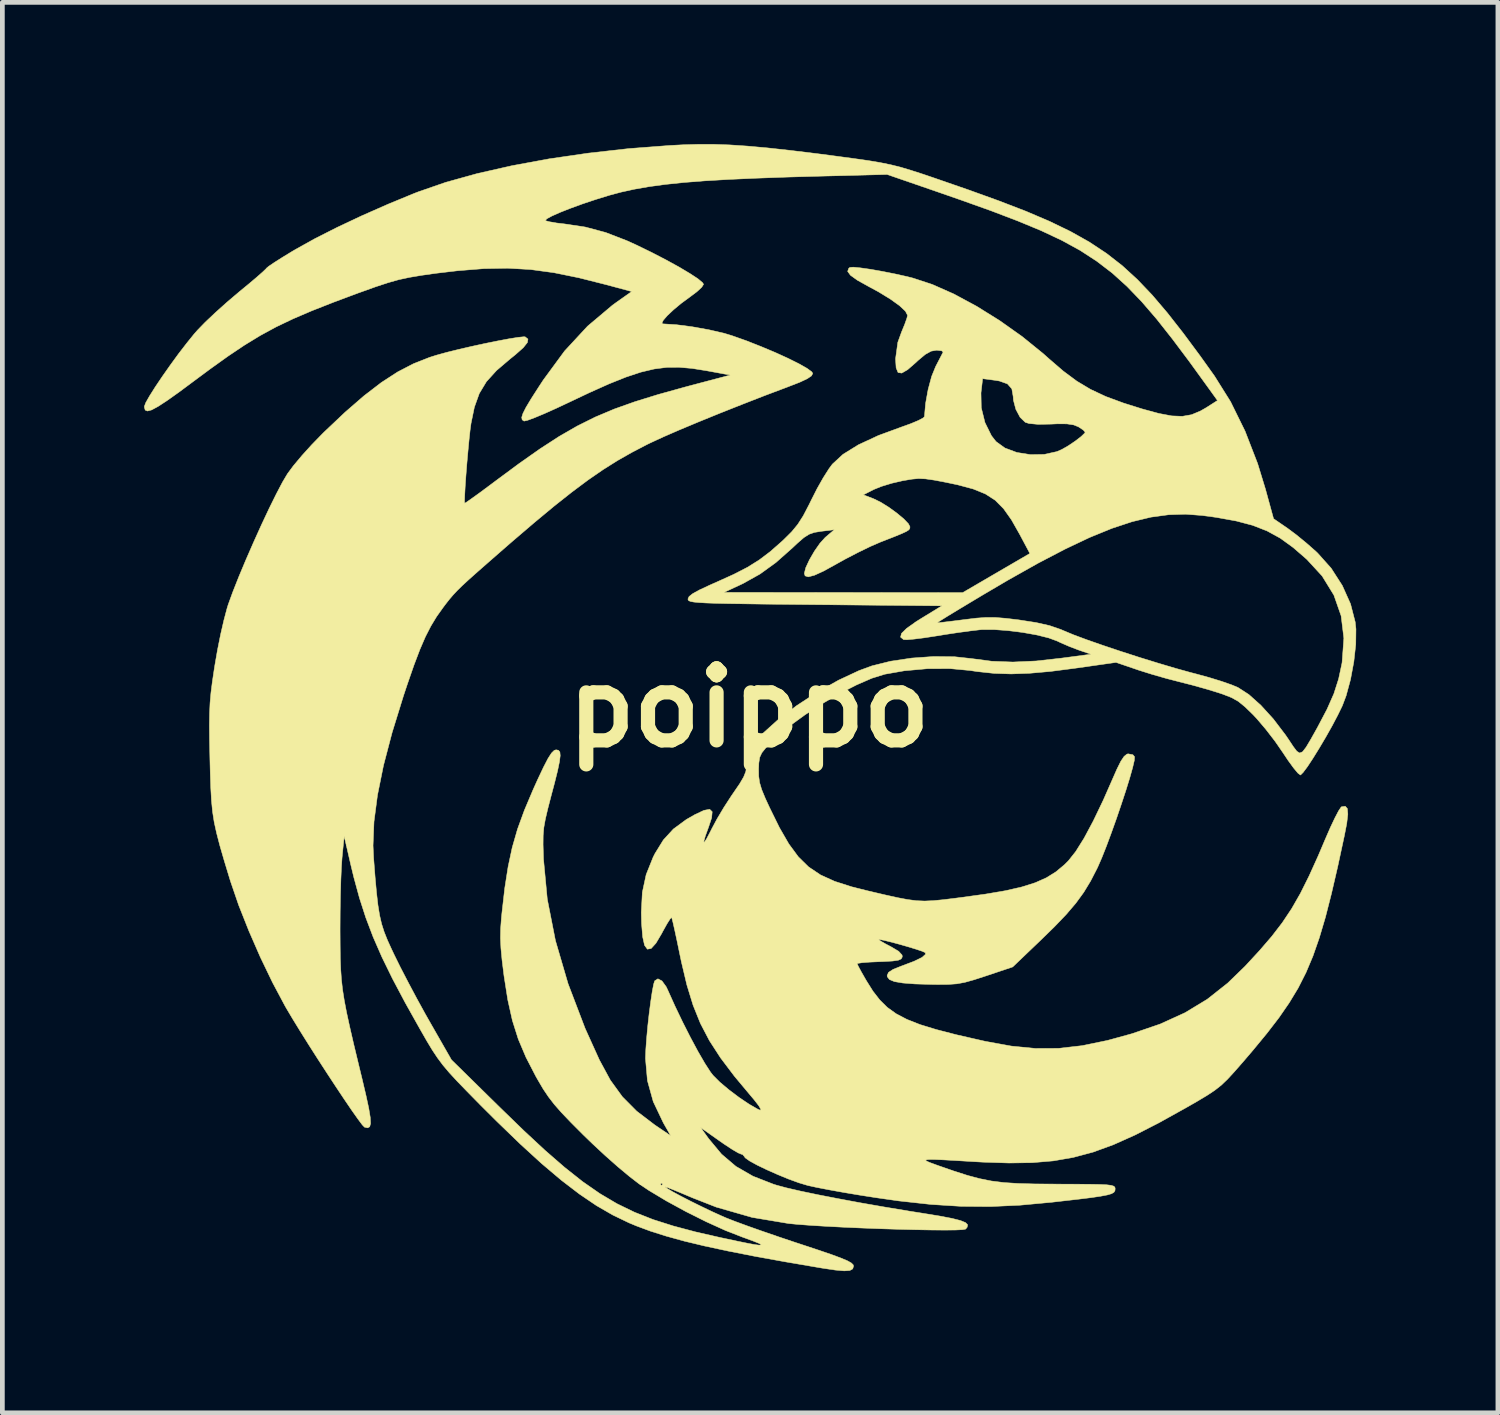
<source format=kicad_pcb>
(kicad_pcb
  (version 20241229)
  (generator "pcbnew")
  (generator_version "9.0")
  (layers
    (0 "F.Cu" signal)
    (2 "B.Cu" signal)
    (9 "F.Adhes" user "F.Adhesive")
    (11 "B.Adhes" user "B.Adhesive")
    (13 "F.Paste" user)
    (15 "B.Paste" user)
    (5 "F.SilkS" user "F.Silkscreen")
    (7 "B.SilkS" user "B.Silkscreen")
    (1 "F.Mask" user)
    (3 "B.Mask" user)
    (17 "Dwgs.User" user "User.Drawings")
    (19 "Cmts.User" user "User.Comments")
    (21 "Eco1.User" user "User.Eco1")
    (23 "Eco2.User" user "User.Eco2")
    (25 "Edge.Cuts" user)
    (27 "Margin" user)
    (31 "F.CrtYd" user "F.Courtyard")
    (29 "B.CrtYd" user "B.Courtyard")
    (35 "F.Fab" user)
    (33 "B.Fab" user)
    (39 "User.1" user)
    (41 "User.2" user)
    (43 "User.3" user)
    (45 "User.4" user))
  (footprint "poippo"
    (layer "F.Cu")
    (at 12.807 11.932)
    (property "Reference" "poippo" (at 0 0 0) (layer "F.SilkS") (effects (font (size 1.524 1.524) (thickness 0.3))))
    (attr through_hole)
    (fp_poly (pts (xy -0.753 -11.927) (xy -0.412 -11.915) (xy -0.039 -11.89) (xy 0.383 -11.852) (xy 0.867 -11.799) (xy 1.427 -11.731) (xy 1.824 -11.679) (xy 2.212 -11.627) (xy 2.522 -11.583) (xy 2.776 -11.54) (xy 2.997 -11.495) (xy 3.206 -11.443) (xy 3.426 -11.377) (xy 3.68 -11.295) (xy 3.907 -11.218) (xy 4.64 -10.964) (xy 5.286 -10.731) (xy 5.855 -10.512) (xy 6.357 -10.298) (xy 6.801 -10.083) (xy 7.2 -9.859) (xy 7.562 -9.62) (xy 7.898 -9.358) (xy 8.218 -9.065) (xy 8.532 -8.736) (xy 8.851 -8.361) (xy 9.185 -7.935) (xy 9.545 -7.45) (xy 9.85 -7.023) (xy 10.19 -6.48) (xy 10.497 -5.856) (xy 10.762 -5.172) (xy 10.928 -4.63) (xy 11.1 -4.003) (xy 11.396 -3.8) (xy 11.576 -3.666) (xy 11.788 -3.493) (xy 11.993 -3.313) (xy 12.033 -3.275) (xy 12.319 -2.955) (xy 12.555 -2.588) (xy 12.729 -2.2) (xy 12.828 -1.817) (xy 12.844 -1.667) (xy 12.84 -1.344) (xy 12.799 -0.975) (xy 12.729 -0.599) (xy 12.636 -0.256) (xy 12.555 -0.042) (xy 12.46 0.153) (xy 12.341 0.379) (xy 12.207 0.617) (xy 12.068 0.852) (xy 11.935 1.067) (xy 11.818 1.245) (xy 11.726 1.368) (xy 11.671 1.422) (xy 11.667 1.422) (xy 11.615 1.382) (xy 11.524 1.273) (xy 11.407 1.112) (xy 11.301 0.953) (xy 11.134 0.711) (xy 10.939 0.458) (xy 10.749 0.234) (xy 10.668 0.147) (xy 10.495 -0.021) (xy 10.354 -0.136) (xy 10.209 -0.217) (xy 10.027 -0.288) (xy 9.931 -0.32) (xy 9.672 -0.399) (xy 9.375 -0.482) (xy 9.104 -0.551) (xy 9.093 -0.554) (xy 8.83 -0.622) (xy 8.53 -0.708) (xy 8.252 -0.795) (xy 8.214 -0.808) (xy 7.766 -0.961) (xy 6.893 -0.837) (xy 6.377 -0.77) (xy 5.935 -0.731) (xy 5.545 -0.717) (xy 5.184 -0.729) (xy 4.828 -0.767) (xy 4.676 -0.79) (xy 4.25 -0.83) (xy 3.774 -0.828) (xy 3.285 -0.784) (xy 2.87 -0.711) (xy 2.597 -0.626) (xy 2.271 -0.484) (xy 1.912 -0.3) (xy 1.543 -0.085) (xy 1.184 0.147) (xy 0.857 0.384) (xy 0.584 0.613) (xy 0.498 0.696) (xy 0.354 0.846) (xy 0.268 0.953) (xy 0.223 1.05) (xy 0.205 1.167) (xy 0.2 1.295) (xy 0.202 1.446) (xy 0.221 1.582) (xy 0.265 1.73) (xy 0.343 1.919) (xy 0.43 2.107) (xy 0.641 2.536) (xy 0.84 2.881) (xy 1.041 3.154) (xy 1.259 3.368) (xy 1.511 3.537) (xy 1.81 3.673) (xy 2.172 3.789) (xy 2.515 3.875) (xy 2.865 3.957) (xy 3.139 4.018) (xy 3.357 4.059) (xy 3.542 4.083) (xy 3.715 4.09) (xy 3.898 4.082) (xy 4.113 4.061) (xy 4.381 4.028) (xy 4.496 4.013) (xy 5.005 3.943) (xy 5.426 3.871) (xy 5.771 3.792) (xy 6.056 3.702) (xy 6.292 3.597) (xy 6.494 3.471) (xy 6.674 3.321) (xy 6.757 3.238) (xy 6.911 3.044) (xy 7.089 2.76) (xy 7.284 2.395) (xy 7.494 1.958) (xy 7.674 1.549) (xy 7.784 1.299) (xy 7.868 1.13) (xy 7.936 1.029) (xy 7.994 0.982) (xy 8.02 0.974) (xy 8.122 0.993) (xy 8.158 1.036) (xy 8.153 1.112) (xy 8.117 1.266) (xy 8.056 1.483) (xy 7.975 1.745) (xy 7.879 2.037) (xy 7.775 2.343) (xy 7.667 2.645) (xy 7.562 2.928) (xy 7.464 3.175) (xy 7.379 3.37) (xy 7.365 3.399) (xy 7.227 3.667) (xy 7.082 3.906) (xy 6.915 4.135) (xy 6.712 4.373) (xy 6.458 4.638) (xy 6.174 4.915) (xy 5.578 5.485) (xy 5.011 5.675) (xy 4.758 5.757) (xy 4.565 5.811) (xy 4.396 5.842) (xy 4.215 5.855) (xy 3.987 5.857) (xy 3.861 5.855) (xy 3.511 5.845) (xy 3.253 5.825) (xy 3.075 5.795) (xy 2.969 5.751) (xy 2.924 5.692) (xy 2.921 5.666) (xy 2.95 5.6) (xy 3.048 5.536) (xy 3.226 5.465) (xy 3.491 5.365) (xy 3.661 5.282) (xy 3.734 5.216) (xy 3.727 5.182) (xy 3.666 5.154) (xy 3.538 5.111) (xy 3.368 5.059) (xy 3.18 5.005) (xy 3 4.957) (xy 2.852 4.921) (xy 2.76 4.904) (xy 2.743 4.906) (xy 2.785 4.938) (xy 2.891 4.999) (xy 3 5.056) (xy 3.164 5.153) (xy 3.237 5.233) (xy 3.241 5.273) (xy 3.218 5.315) (xy 3.156 5.343) (xy 3.036 5.36) (xy 2.839 5.371) (xy 2.755 5.374) (xy 2.551 5.383) (xy 2.392 5.395) (xy 2.3 5.409) (xy 2.286 5.416) (xy 2.31 5.47) (xy 2.373 5.587) (xy 2.464 5.746) (xy 2.485 5.782) (xy 2.622 6) (xy 2.765 6.184) (xy 2.924 6.341) (xy 3.112 6.476) (xy 3.339 6.595) (xy 3.618 6.705) (xy 3.961 6.81) (xy 4.378 6.918) (xy 4.881 7.033) (xy 5.001 7.06) (xy 5.55 7.16) (xy 6.057 7.21) (xy 6.548 7.208) (xy 7.049 7.151) (xy 7.586 7.04) (xy 8.103 6.898) (xy 8.704 6.692) (xy 9.228 6.453) (xy 9.696 6.169) (xy 10.129 5.827) (xy 10.494 5.473) (xy 10.802 5.14) (xy 11.062 4.838) (xy 11.285 4.548) (xy 11.483 4.251) (xy 11.668 3.928) (xy 11.852 3.559) (xy 12.048 3.126) (xy 12.197 2.775) (xy 12.301 2.536) (xy 12.397 2.333) (xy 12.476 2.182) (xy 12.529 2.103) (xy 12.538 2.095) (xy 12.618 2.084) (xy 12.662 2.133) (xy 12.672 2.252) (xy 12.649 2.449) (xy 12.6 2.701) (xy 12.458 3.361) (xy 12.325 3.934) (xy 12.198 4.432) (xy 12.069 4.867) (xy 11.934 5.254) (xy 11.787 5.603) (xy 11.622 5.929) (xy 11.432 6.243) (xy 11.214 6.559) (xy 10.96 6.889) (xy 10.666 7.246) (xy 10.455 7.493) (xy 10.272 7.702) (xy 10.125 7.862) (xy 9.993 7.988) (xy 9.853 8.098) (xy 9.685 8.209) (xy 9.467 8.339) (xy 9.24 8.469) (xy 8.673 8.784) (xy 8.169 9.042) (xy 7.711 9.247) (xy 7.281 9.404) (xy 6.862 9.516) (xy 6.437 9.59) (xy 5.989 9.628) (xy 5.499 9.635) (xy 4.95 9.617) (xy 4.769 9.607) (xy 4.39 9.584) (xy 4.106 9.568) (xy 3.907 9.56) (xy 3.787 9.561) (xy 3.737 9.571) (xy 3.749 9.591) (xy 3.816 9.622) (xy 3.931 9.664) (xy 3.988 9.685) (xy 4.33 9.804) (xy 4.62 9.897) (xy 4.879 9.966) (xy 5.129 10.016) (xy 5.392 10.049) (xy 5.688 10.068) (xy 6.041 10.078) (xy 6.471 10.081) (xy 6.528 10.082) (xy 6.91 10.083) (xy 7.203 10.085) (xy 7.418 10.089) (xy 7.568 10.096) (xy 7.663 10.108) (xy 7.717 10.125) (xy 7.741 10.147) (xy 7.747 10.177) (xy 7.747 10.183) (xy 7.742 10.223) (xy 7.72 10.256) (xy 7.67 10.285) (xy 7.581 10.311) (xy 7.44 10.338) (xy 7.238 10.368) (xy 6.962 10.402) (xy 6.602 10.443) (xy 6.401 10.466) (xy 5.733 10.528) (xy 5.105 10.557) (xy 4.487 10.552) (xy 3.85 10.512) (xy 3.166 10.437) (xy 2.688 10.369) (xy 2.342 10.315) (xy 2.002 10.258) (xy 1.691 10.202) (xy 1.432 10.152) (xy 1.249 10.112) (xy 1.24 10.11) (xy 1.053 10.054) (xy 0.833 9.974) (xy 0.6 9.878) (xy 0.372 9.777) (xy 0.169 9.679) (xy 0.011 9.592) (xy -0.084 9.525) (xy -0.102 9.497) (xy -0.142 9.452) (xy -0.165 9.449) (xy -0.232 9.421) (xy -0.36 9.346) (xy -0.526 9.237) (xy -0.628 9.166) (xy -1.027 8.884) (xy -0.857 9.12) (xy -0.585 9.447) (xy -0.279 9.707) (xy 0.082 9.915) (xy 0.518 10.085) (xy 0.582 10.105) (xy 0.79 10.161) (xy 1.085 10.229) (xy 1.453 10.306) (xy 1.88 10.389) (xy 2.352 10.477) (xy 2.856 10.565) (xy 3.378 10.652) (xy 3.676 10.699) (xy 4.031 10.757) (xy 4.293 10.807) (xy 4.474 10.853) (xy 4.581 10.897) (xy 4.625 10.943) (xy 4.614 10.995) (xy 4.582 11.034) (xy 4.519 11.046) (xy 4.368 11.053) (xy 4.143 11.055) (xy 3.857 11.053) (xy 3.524 11.047) (xy 3.158 11.038) (xy 2.772 11.026) (xy 2.381 11.011) (xy 1.996 10.994) (xy 1.633 10.975) (xy 1.305 10.955) (xy 1.026 10.934) (xy 0.838 10.916) (xy 0.062 10.786) (xy -0.697 10.568) (xy -1.2 10.371) (xy -1.42 10.278) (xy -1.601 10.203) (xy -1.726 10.154) (xy -1.778 10.138) (xy -1.778 10.139) (xy -1.735 10.174) (xy -1.619 10.243) (xy -1.447 10.336) (xy -1.239 10.443) (xy -1.014 10.554) (xy -0.789 10.662) (xy -0.584 10.755) (xy -0.483 10.799) (xy -0.296 10.872) (xy -0.035 10.968) (xy 0.279 11.079) (xy 0.625 11.198) (xy 0.979 11.317) (xy 1.092 11.354) (xy 1.457 11.475) (xy 1.736 11.57) (xy 1.938 11.645) (xy 2.077 11.703) (xy 2.16 11.749) (xy 2.201 11.788) (xy 2.21 11.817) (xy 2.192 11.876) (xy 2.131 11.91) (xy 2.012 11.918) (xy 1.822 11.901) (xy 1.547 11.86) (xy 1.524 11.856) (xy 0.78 11.729) (xy 0.127 11.611) (xy -0.443 11.499) (xy -0.941 11.392) (xy -1.374 11.288) (xy -1.754 11.183) (xy -2.089 11.077) (xy -2.388 10.966) (xy -2.544 10.901) (xy -2.885 10.737) (xy -3.233 10.536) (xy -3.594 10.291) (xy -3.978 9.997) (xy -4.393 9.646) (xy -4.847 9.231) (xy -5.349 8.746) (xy -5.697 8.399) (xy -5.968 8.123) (xy -6.181 7.903) (xy -6.348 7.722) (xy -6.482 7.563) (xy -6.597 7.409) (xy -6.706 7.245) (xy -6.822 7.053) (xy -6.957 6.817) (xy -6.963 6.807) (xy -7.282 6.238) (xy -7.549 5.734) (xy -7.772 5.278) (xy -7.958 4.853) (xy -8.114 4.442) (xy -8.248 4.027) (xy -8.367 3.591) (xy -8.431 3.327) (xy -8.526 2.915) (xy -7.961 2.915) (xy -7.949 3.175) (xy -7.917 3.587) (xy -7.887 3.915) (xy -7.857 4.177) (xy -7.822 4.391) (xy -7.78 4.573) (xy -7.726 4.742) (xy -7.657 4.916) (xy -7.568 5.111) (xy -7.515 5.223) (xy -7.384 5.489) (xy -7.217 5.811) (xy -7.034 6.155) (xy -6.85 6.49) (xy -6.759 6.65) (xy -6.301 7.451) (xy -5.271 8.463) (xy -4.767 8.952) (xy -4.316 9.371) (xy -3.906 9.727) (xy -3.525 10.029) (xy -3.159 10.283) (xy -2.797 10.497) (xy -2.426 10.677) (xy -2.033 10.832) (xy -1.605 10.968) (xy -1.131 11.094) (xy -0.597 11.216) (xy -0.538 11.228) (xy -0.238 11.292) (xy -0.023 11.336) (xy 0.119 11.362) (xy 0.204 11.373) (xy 0.244 11.371) (xy 0.254 11.36) (xy 0.21 11.336) (xy 0.092 11.289) (xy -0.078 11.226) (xy -0.14 11.204) (xy -0.501 11.063) (xy -0.911 10.877) (xy -1.339 10.663) (xy -1.753 10.437) (xy -2.123 10.215) (xy -2.318 10.084) (xy -1.88 10.084) (xy -1.854 10.109) (xy -1.829 10.084) (xy -1.854 10.058) (xy -1.88 10.084) (xy -2.318 10.084) (xy -2.336 10.072) (xy -2.534 9.919) (xy -2.78 9.714) (xy -3.05 9.475) (xy -3.321 9.223) (xy -3.517 9.033) (xy -3.773 8.776) (xy -3.971 8.569) (xy -4.124 8.395) (xy -4.248 8.234) (xy -4.359 8.069) (xy -4.47 7.88) (xy -4.514 7.803) (xy -4.724 7.397) (xy -4.887 7.012) (xy -5.012 6.617) (xy -5.109 6.182) (xy -5.188 5.678) (xy -5.19 5.664) (xy -5.23 5.341) (xy -5.254 5.088) (xy -5.264 4.874) (xy -5.26 4.669) (xy -5.243 4.443) (xy -5.233 4.343) (xy -5.173 3.817) (xy -5.102 3.364) (xy -5.015 2.957) (xy -4.903 2.568) (xy -4.758 2.17) (xy -4.574 1.735) (xy -4.479 1.524) (xy -4.353 1.257) (xy -4.257 1.072) (xy -4.184 0.958) (xy -4.126 0.901) (xy -4.087 0.889) (xy -4.036 0.899) (xy -4.006 0.936) (xy -3.999 1.012) (xy -4.015 1.14) (xy -4.055 1.333) (xy -4.122 1.602) (xy -4.189 1.854) (xy -4.263 2.14) (xy -4.314 2.357) (xy -4.346 2.535) (xy -4.36 2.704) (xy -4.362 2.894) (xy -4.355 3.134) (xy -4.353 3.2) (xy -4.273 4.049) (xy -4.1 4.928) (xy -3.833 5.84) (xy -3.472 6.786) (xy -3.17 7.453) (xy -2.939 7.88) (xy -2.683 8.233) (xy -2.38 8.538) (xy -2.006 8.823) (xy -1.986 8.837) (xy -1.661 9.057) (xy -1.817 8.783) (xy -2.03 8.335) (xy -2.153 7.892) (xy -2.194 7.426) (xy -2.194 7.412) (xy -2.187 7.229) (xy -2.17 6.996) (xy -2.146 6.734) (xy -2.116 6.467) (xy -2.083 6.215) (xy -2.051 6.002) (xy -2.021 5.848) (xy -1.999 5.779) (xy -1.931 5.736) (xy -1.845 5.781) (xy -1.756 5.904) (xy -1.719 5.982) (xy -1.57 6.313) (xy -1.408 6.651) (xy -1.242 6.978) (xy -1.082 7.276) (xy -0.937 7.526) (xy -0.817 7.712) (xy -0.762 7.782) (xy -0.621 7.923) (xy -0.428 8.085) (xy -0.212 8.248) (xy -0.001 8.39) (xy 0.176 8.492) (xy 0.233 8.518) (xy 0.249 8.501) (xy 0.203 8.422) (xy 0.103 8.293) (xy 0.047 8.227) (xy -0.313 7.796) (xy -0.606 7.408) (xy -0.842 7.043) (xy -1.032 6.679) (xy -1.187 6.294) (xy -1.318 5.867) (xy -1.434 5.378) (xy -1.472 5.197) (xy -1.526 4.936) (xy -1.574 4.713) (xy -1.612 4.545) (xy -1.636 4.451) (xy -1.642 4.437) (xy -1.673 4.469) (xy -1.738 4.571) (xy -1.824 4.725) (xy -1.851 4.777) (xy -1.973 4.983) (xy -2.074 5.094) (xy -2.154 5.109) (xy -2.214 5.027) (xy -2.254 4.848) (xy -2.277 4.57) (xy -2.283 4.333) (xy -2.261 3.907) (xy -2.18 3.53) (xy -2.032 3.161) (xy -1.993 3.084) (xy -1.816 2.797) (xy -1.604 2.566) (xy -1.331 2.365) (xy -1.15 2.261) (xy -0.956 2.17) (xy -0.835 2.148) (xy -0.782 2.2) (xy -0.794 2.329) (xy -0.856 2.517) (xy -0.929 2.718) (xy -0.96 2.829) (xy -0.95 2.847) (xy -0.901 2.773) (xy -0.813 2.605) (xy -0.793 2.564) (xy -0.681 2.354) (xy -0.534 2.107) (xy -0.379 1.868) (xy -0.336 1.805) (xy -0.201 1.608) (xy -0.117 1.465) (xy -0.071 1.349) (xy -0.053 1.234) (xy -0.051 1.142) (xy -0.047 1.014) (xy -0.026 0.917) (xy 0.026 0.824) (xy 0.124 0.71) (xy 0.266 0.563) (xy 0.603 0.259) (xy 1.004 -0.045) (xy 1.443 -0.332) (xy 1.893 -0.585) (xy 2.325 -0.787) (xy 2.599 -0.888) (xy 2.994 -0.986) (xy 3.442 -1.053) (xy 3.905 -1.086) (xy 4.347 -1.081) (xy 4.699 -1.043) (xy 5.133 -0.986) (xy 5.582 -0.969) (xy 6.071 -0.991) (xy 6.602 -1.05) (xy 7.236 -1.134) (xy 6.983 -1.22) (xy 6.785 -1.295) (xy 6.587 -1.381) (xy 6.523 -1.412) (xy 6.342 -1.479) (xy 6.089 -1.542) (xy 5.792 -1.595) (xy 5.481 -1.634) (xy 5.184 -1.656) (xy 4.931 -1.656) (xy 4.877 -1.651) (xy 4.689 -1.629) (xy 4.437 -1.595) (xy 4.158 -1.553) (xy 3.942 -1.518) (xy 3.701 -1.481) (xy 3.494 -1.455) (xy 3.342 -1.441) (xy 3.269 -1.444) (xy 3.205 -1.496) (xy 3.225 -1.575) (xy 3.334 -1.682) (xy 3.5 -1.799) (xy 3.978 -1.799) (xy 4.029 -1.803) (xy 4.16 -1.818) (xy 4.35 -1.841) (xy 4.547 -1.866) (xy 4.807 -1.898) (xy 5.016 -1.913) (xy 5.213 -1.912) (xy 5.434 -1.894) (xy 5.717 -1.86) (xy 5.72 -1.859) (xy 6.076 -1.804) (xy 6.359 -1.74) (xy 6.595 -1.659) (xy 6.667 -1.628) (xy 6.869 -1.544) (xy 7.149 -1.44) (xy 7.487 -1.322) (xy 7.863 -1.196) (xy 8.256 -1.069) (xy 8.648 -0.948) (xy 9.017 -0.838) (xy 9.345 -0.747) (xy 9.472 -0.714) (xy 9.738 -0.641) (xy 9.995 -0.562) (xy 10.213 -0.486) (xy 10.345 -0.431) (xy 10.576 -0.282) (xy 10.83 -0.055) (xy 11.094 0.235) (xy 11.35 0.571) (xy 11.42 0.673) (xy 11.519 0.823) (xy 11.592 0.919) (xy 11.652 0.957) (xy 11.714 0.931) (xy 11.788 0.835) (xy 11.89 0.664) (xy 12.031 0.412) (xy 12.034 0.406) (xy 12.232 0.03) (xy 12.377 -0.299) (xy 12.477 -0.611) (xy 12.546 -0.934) (xy 12.551 -0.963) (xy 12.588 -1.473) (xy 12.53 -1.947) (xy 12.377 -2.385) (xy 12.128 -2.79) (xy 11.804 -3.142) (xy 11.516 -3.392) (xy 11.243 -3.59) (xy 10.964 -3.743) (xy 10.66 -3.862) (xy 10.308 -3.955) (xy 9.887 -4.031) (xy 9.592 -4.071) (xy 9.239 -4.098) (xy 8.88 -4.087) (xy 8.505 -4.036) (xy 8.107 -3.94) (xy 7.677 -3.798) (xy 7.207 -3.606) (xy 6.69 -3.361) (xy 6.115 -3.061) (xy 5.477 -2.702) (xy 4.943 -2.388) (xy 4.663 -2.22) (xy 4.415 -2.071) (xy 4.211 -1.947) (xy 4.065 -1.856) (xy 3.987 -1.807) (xy 3.978 -1.799) (xy 3.5 -1.799) (xy 3.533 -1.823) (xy 3.64 -1.89) (xy 4.08 -2.159) (xy 1.392 -2.184) (xy 0.801 -2.19) (xy 0.304 -2.195) (xy -0.109 -2.201) (xy -0.443 -2.206) (xy -0.708 -2.212) (xy -0.912 -2.219) (xy -1.062 -2.228) (xy -1.168 -2.238) (xy -1.235 -2.25) (xy -1.274 -2.265) (xy -1.291 -2.282) (xy -1.295 -2.303) (xy -1.295 -2.304) (xy -1.272 -2.355) (xy -1.194 -2.417) (xy -1.146 -2.443) (xy -0.533 -2.443) (xy 1.993 -2.441) (xy 4.52 -2.438) (xy 5.231 -2.853) (xy 5.942 -3.267) (xy 5.727 -3.671) (xy 5.553 -3.978) (xy 5.386 -4.214) (xy 5.209 -4.393) (xy 5.001 -4.527) (xy 4.743 -4.632) (xy 4.415 -4.72) (xy 4.162 -4.773) (xy 3.915 -4.82) (xy 3.735 -4.846) (xy 3.589 -4.853) (xy 3.445 -4.84) (xy 3.269 -4.81) (xy 3.241 -4.805) (xy 3.017 -4.753) (xy 2.801 -4.687) (xy 2.637 -4.621) (xy 2.635 -4.62) (xy 2.417 -4.508) (xy 2.632 -4.426) (xy 2.784 -4.352) (xy 2.956 -4.245) (xy 3.126 -4.121) (xy 3.273 -3.999) (xy 3.372 -3.895) (xy 3.404 -3.831) (xy 3.4 -3.797) (xy 3.38 -3.767) (xy 3.328 -3.733) (xy 3.229 -3.687) (xy 3.068 -3.621) (xy 2.83 -3.528) (xy 2.781 -3.509) (xy 2.571 -3.418) (xy 2.311 -3.292) (xy 2.039 -3.151) (xy 1.85 -3.046) (xy 1.579 -2.896) (xy 1.382 -2.806) (xy 1.252 -2.772) (xy 1.184 -2.793) (xy 1.168 -2.846) (xy 1.198 -2.965) (xy 1.275 -3.131) (xy 1.381 -3.314) (xy 1.498 -3.482) (xy 1.609 -3.605) (xy 1.616 -3.611) (xy 1.803 -3.77) (xy 1.525 -3.736) (xy 1.382 -3.713) (xy 1.27 -3.674) (xy 1.158 -3.603) (xy 1.021 -3.484) (xy 0.915 -3.384) (xy 0.566 -3.075) (xy 0.23 -2.832) (xy -0.128 -2.632) (xy -0.219 -2.589) (xy -0.533 -2.443) (xy -1.146 -2.443) (xy -1.05 -2.496) (xy -0.827 -2.6) (xy -0.682 -2.664) (xy -0.324 -2.826) (xy -0.035 -2.975) (xy 0.212 -3.129) (xy 0.445 -3.305) (xy 0.691 -3.521) (xy 0.737 -3.564) (xy 0.9 -3.726) (xy 1.029 -3.883) (xy 1.145 -4.064) (xy 1.268 -4.3) (xy 1.315 -4.396) (xy 1.437 -4.637) (xy 1.568 -4.869) (xy 1.69 -5.061) (xy 1.761 -5.157) (xy 1.986 -5.365) (xy 2.312 -5.567) (xy 2.736 -5.764) (xy 3.218 -5.941) (xy 3.423 -6.015) (xy 3.587 -6.084) (xy 3.688 -6.139) (xy 3.71 -6.164) (xy 3.735 -6.444) (xy 3.775 -6.665) (xy 4.907 -6.665) (xy 4.913 -6.352) (xy 4.991 -6.038) (xy 5.129 -5.759) (xy 5.225 -5.636) (xy 5.414 -5.499) (xy 5.666 -5.405) (xy 5.953 -5.359) (xy 6.246 -5.364) (xy 6.514 -5.423) (xy 6.618 -5.468) (xy 6.759 -5.549) (xy 6.904 -5.647) (xy 7.026 -5.741) (xy 7.101 -5.813) (xy 7.112 -5.835) (xy 7.072 -5.88) (xy 6.976 -5.944) (xy 6.97 -5.948) (xy 6.866 -5.989) (xy 6.726 -6.01) (xy 6.523 -6.011) (xy 6.394 -6.005) (xy 6.117 -6) (xy 5.924 -6.018) (xy 5.845 -6.043) (xy 5.735 -6.149) (xy 5.645 -6.318) (xy 5.594 -6.511) (xy 5.588 -6.593) (xy 5.56 -6.752) (xy 5.467 -6.857) (xy 5.295 -6.918) (xy 5.201 -6.933) (xy 4.942 -6.967) (xy 4.907 -6.665) (xy 3.775 -6.665) (xy 3.789 -6.741) (xy 3.863 -7.016) (xy 3.948 -7.225) (xy 4.026 -7.375) (xy 4.084 -7.487) (xy 4.106 -7.531) (xy 4.074 -7.557) (xy 3.974 -7.569) (xy 3.964 -7.569) (xy 3.852 -7.549) (xy 3.729 -7.481) (xy 3.572 -7.35) (xy 3.529 -7.309) (xy 3.353 -7.156) (xy 3.23 -7.085) (xy 3.152 -7.097) (xy 3.111 -7.196) (xy 3.099 -7.381) (xy 3.099 -7.388) (xy 3.147 -7.737) (xy 3.226 -7.955) (xy 3.293 -8.118) (xy 3.339 -8.248) (xy 3.353 -8.308) (xy 3.308 -8.395) (xy 3.183 -8.512) (xy 2.988 -8.652) (xy 2.738 -8.805) (xy 2.527 -8.919) (xy 2.29 -9.051) (xy 2.144 -9.156) (xy 2.085 -9.238) (xy 2.108 -9.303) (xy 2.132 -9.321) (xy 2.205 -9.327) (xy 2.357 -9.312) (xy 2.568 -9.282) (xy 2.817 -9.238) (xy 3.084 -9.185) (xy 3.349 -9.126) (xy 3.467 -9.096) (xy 3.877 -8.961) (xy 4.333 -8.759) (xy 4.814 -8.5) (xy 5.302 -8.196) (xy 5.778 -7.859) (xy 6.222 -7.499) (xy 6.35 -7.385) (xy 6.652 -7.125) (xy 6.936 -6.914) (xy 7.227 -6.74) (xy 7.549 -6.589) (xy 7.926 -6.45) (xy 8.324 -6.325) (xy 8.67 -6.231) (xy 8.945 -6.179) (xy 9.169 -6.17) (xy 9.364 -6.204) (xy 9.551 -6.282) (xy 9.678 -6.355) (xy 9.913 -6.505) (xy 9.722 -6.77) (xy 9.321 -7.324) (xy 8.958 -7.808) (xy 8.624 -8.231) (xy 8.308 -8.598) (xy 7.999 -8.919) (xy 7.686 -9.202) (xy 7.358 -9.453) (xy 7.006 -9.682) (xy 6.617 -9.895) (xy 6.181 -10.1) (xy 5.687 -10.305) (xy 5.126 -10.519) (xy 4.485 -10.748) (xy 3.988 -10.921) (xy 2.921 -11.289) (xy 1.575 -11.255) (xy 0.816 -11.234) (xy 0.15 -11.21) (xy -0.433 -11.184) (xy -0.942 -11.154) (xy -1.388 -11.119) (xy -1.778 -11.078) (xy -2.123 -11.031) (xy -2.431 -10.977) (xy -2.712 -10.915) (xy -2.959 -10.849) (xy -3.244 -10.761) (xy -3.523 -10.668) (xy -3.781 -10.574) (xy -4.004 -10.486) (xy -4.177 -10.409) (xy -4.285 -10.35) (xy -4.314 -10.314) (xy -4.31 -10.311) (xy -4.226 -10.288) (xy -4.076 -10.262) (xy -3.913 -10.243) (xy -3.467 -10.176) (xy -3.037 -10.061) (xy -2.587 -9.887) (xy -2.393 -9.799) (xy -2.066 -9.64) (xy -1.759 -9.481) (xy -1.484 -9.33) (xy -1.256 -9.194) (xy -1.085 -9.082) (xy -0.986 -8.999) (xy -0.965 -8.964) (xy -1.004 -8.902) (xy -1.108 -8.806) (xy -1.253 -8.697) (xy -1.257 -8.694) (xy -1.437 -8.562) (xy -1.599 -8.427) (xy -1.731 -8.303) (xy -1.818 -8.203) (xy -1.847 -8.141) (xy -1.826 -8.127) (xy -1.541 -8.109) (xy -1.202 -8.065) (xy -0.852 -8.002) (xy -0.534 -7.929) (xy -0.363 -7.877) (xy -0.055 -7.768) (xy 0.254 -7.646) (xy 0.552 -7.521) (xy 0.822 -7.398) (xy 1.051 -7.284) (xy 1.224 -7.186) (xy 1.325 -7.112) (xy 1.346 -7.078) (xy 1.319 -7.026) (xy 1.23 -6.966) (xy 1.068 -6.89) (xy 0.82 -6.794) (xy 0.813 -6.791) (xy 0.332 -6.61) (xy -0.153 -6.421) (xy -0.627 -6.233) (xy -1.074 -6.051) (xy -1.478 -5.882) (xy -1.823 -5.732) (xy -2.093 -5.607) (xy -2.159 -5.575) (xy -2.48 -5.408) (xy -2.788 -5.233) (xy -3.096 -5.039) (xy -3.413 -4.82) (xy -3.753 -4.566) (xy -4.127 -4.27) (xy -4.546 -3.922) (xy -5.022 -3.515) (xy -5.207 -3.354) (xy -5.51 -3.089) (xy -5.748 -2.88) (xy -5.931 -2.717) (xy -6.071 -2.588) (xy -6.179 -2.482) (xy -6.265 -2.39) (xy -6.342 -2.3) (xy -6.42 -2.201) (xy -6.48 -2.121) (xy -6.616 -1.93) (xy -6.737 -1.73) (xy -6.853 -1.504) (xy -6.969 -1.235) (xy -7.093 -0.909) (xy -7.232 -0.509) (xy -7.317 -0.254) (xy -7.557 0.522) (xy -7.74 1.22) (xy -7.867 1.848) (xy -7.941 2.411) (xy -7.961 2.915) (xy -8.526 2.915) (xy -8.572 2.718) (xy -8.617 3.175) (xy -8.63 3.369) (xy -8.642 3.64) (xy -8.651 3.965) (xy -8.657 4.319) (xy -8.659 4.678) (xy -8.659 4.724) (xy -8.657 5.037) (xy -8.654 5.303) (xy -8.645 5.535) (xy -8.63 5.751) (xy -8.606 5.965) (xy -8.57 6.193) (xy -8.521 6.449) (xy -8.456 6.748) (xy -8.373 7.108) (xy -8.269 7.541) (xy -8.196 7.841) (xy -8.111 8.202) (xy -8.052 8.475) (xy -8.02 8.67) (xy -8.013 8.798) (xy -8.032 8.868) (xy -8.075 8.891) (xy -8.142 8.876) (xy -8.189 8.827) (xy -8.281 8.704) (xy -8.411 8.52) (xy -8.569 8.288) (xy -8.748 8.019) (xy -8.939 7.728) (xy -9.135 7.426) (xy -9.327 7.125) (xy -9.506 6.839) (xy -9.665 6.58) (xy -9.795 6.361) (xy -9.828 6.303) (xy -10.088 5.815) (xy -10.347 5.277) (xy -10.59 4.72) (xy -10.805 4.177) (xy -10.975 3.681) (xy -10.992 3.627) (xy -11.111 3.235) (xy -11.203 2.918) (xy -11.272 2.653) (xy -11.323 2.421) (xy -11.358 2.197) (xy -11.381 1.961) (xy -11.396 1.69) (xy -11.407 1.362) (xy -11.414 1.067) (xy -11.422 0.68) (xy -11.425 0.372) (xy -11.421 0.118) (xy -11.411 -0.104) (xy -11.392 -0.318) (xy -11.363 -0.547) (xy -11.323 -0.815) (xy -11.309 -0.903) (xy -11.253 -1.226) (xy -11.187 -1.555) (xy -11.117 -1.858) (xy -11.051 -2.106) (xy -11.027 -2.184) (xy -10.93 -2.451) (xy -10.803 -2.772) (xy -10.654 -3.128) (xy -10.492 -3.499) (xy -10.325 -3.869) (xy -10.161 -4.218) (xy -10.008 -4.528) (xy -9.876 -4.779) (xy -9.773 -4.953) (xy -9.647 -5.123) (xy -9.468 -5.337) (xy -9.258 -5.569) (xy -9.039 -5.794) (xy -8.998 -5.835) (xy -8.552 -6.257) (xy -8.152 -6.604) (xy -7.786 -6.885) (xy -7.441 -7.109) (xy -7.106 -7.283) (xy -6.767 -7.417) (xy -6.622 -7.463) (xy -6.409 -7.522) (xy -6.154 -7.585) (xy -5.874 -7.65) (xy -5.589 -7.712) (xy -5.317 -7.767) (xy -5.077 -7.812) (xy -4.888 -7.842) (xy -4.769 -7.854) (xy -4.741 -7.852) (xy -4.682 -7.805) (xy -4.694 -7.732) (xy -4.781 -7.623) (xy -4.949 -7.474) (xy -5.055 -7.389) (xy -5.347 -7.14) (xy -5.561 -6.904) (xy -5.712 -6.654) (xy -5.816 -6.364) (xy -5.887 -6.02) (xy -5.907 -5.873) (xy -5.929 -5.668) (xy -5.952 -5.426) (xy -5.975 -5.167) (xy -5.995 -4.911) (xy -6.011 -4.679) (xy -6.021 -4.492) (xy -6.025 -4.369) (xy -6.021 -4.33) (xy -5.979 -4.355) (xy -5.871 -4.431) (xy -5.708 -4.548) (xy -5.507 -4.697) (xy -5.368 -4.801) (xy -4.868 -5.171) (xy -4.426 -5.482) (xy -4.022 -5.744) (xy -3.638 -5.965) (xy -3.256 -6.155) (xy -2.855 -6.324) (xy -2.419 -6.479) (xy -1.928 -6.631) (xy -1.363 -6.788) (xy -1.229 -6.824) (xy -0.4 -7.043) (xy -0.907 -7.136) (xy -1.208 -7.184) (xy -1.483 -7.208) (xy -1.746 -7.206) (xy -2.01 -7.172) (xy -2.292 -7.105) (xy -2.606 -7.001) (xy -2.966 -6.857) (xy -3.388 -6.668) (xy -3.808 -6.469) (xy -4.087 -6.338) (xy -4.337 -6.226) (xy -4.543 -6.14) (xy -4.691 -6.085) (xy -4.764 -6.069) (xy -4.766 -6.07) (xy -4.805 -6.097) (xy -4.814 -6.148) (xy -4.788 -6.231) (xy -4.723 -6.36) (xy -4.612 -6.545) (xy -4.45 -6.797) (xy -4.357 -6.939) (xy -3.906 -7.553) (xy -3.42 -8.078) (xy -2.892 -8.523) (xy -2.802 -8.588) (xy -2.486 -8.811) (xy -3.008 -8.952) (xy -3.602 -9.102) (xy -4.132 -9.21) (xy -4.625 -9.277) (xy -5.111 -9.305) (xy -5.615 -9.296) (xy -6.166 -9.252) (xy -6.616 -9.199) (xy -6.93 -9.155) (xy -7.186 -9.112) (xy -7.414 -9.063) (xy -7.644 -8.998) (xy -7.906 -8.912) (xy -8.229 -8.796) (xy -8.264 -8.784) (xy -8.799 -8.584) (xy -9.257 -8.404) (xy -9.654 -8.234) (xy -10.012 -8.063) (xy -10.347 -7.881) (xy -10.68 -7.678) (xy -11.029 -7.444) (xy -11.413 -7.169) (xy -11.75 -6.919) (xy -12.073 -6.679) (xy -12.325 -6.5) (xy -12.514 -6.377) (xy -12.648 -6.305) (xy -12.736 -6.282) (xy -12.784 -6.302) (xy -12.801 -6.362) (xy -12.802 -6.378) (xy -12.772 -6.458) (xy -12.691 -6.601) (xy -12.57 -6.793) (xy -12.419 -7.017) (xy -12.251 -7.256) (xy -12.076 -7.496) (xy -11.904 -7.719) (xy -11.749 -7.911) (xy -11.676 -7.994) (xy -11.513 -8.162) (xy -11.296 -8.367) (xy -11.054 -8.584) (xy -10.814 -8.788) (xy -10.799 -8.801) (xy -10.596 -8.968) (xy -10.423 -9.114) (xy -10.295 -9.227) (xy -10.226 -9.293) (xy -10.219 -9.304) (xy -10.171 -9.344) (xy -10.052 -9.425) (xy -9.877 -9.536) (xy -9.664 -9.666) (xy -9.59 -9.709) (xy -9.193 -9.93) (xy -8.721 -10.169) (xy -8.199 -10.415) (xy -7.648 -10.658) (xy -7.093 -10.887) (xy -7.005 -10.921) (xy -6.425 -11.122) (xy -5.76 -11.307) (xy -5.024 -11.474) (xy -4.233 -11.62) (xy -3.401 -11.741) (xy -2.545 -11.837) (xy -1.679 -11.903) (xy -1.392 -11.918) (xy -1.074 -11.927) (xy -0.753 -11.927)) (stroke (width 0.01) (type solid)) (fill yes) (layer "F.SilkS")))
  (gr_rect
    (start -3 -3)
    (end 28.656 26.855)
    (stroke (width 0.1) (type default))
    (fill no)
    (layer "Edge.Cuts")))
</source>
